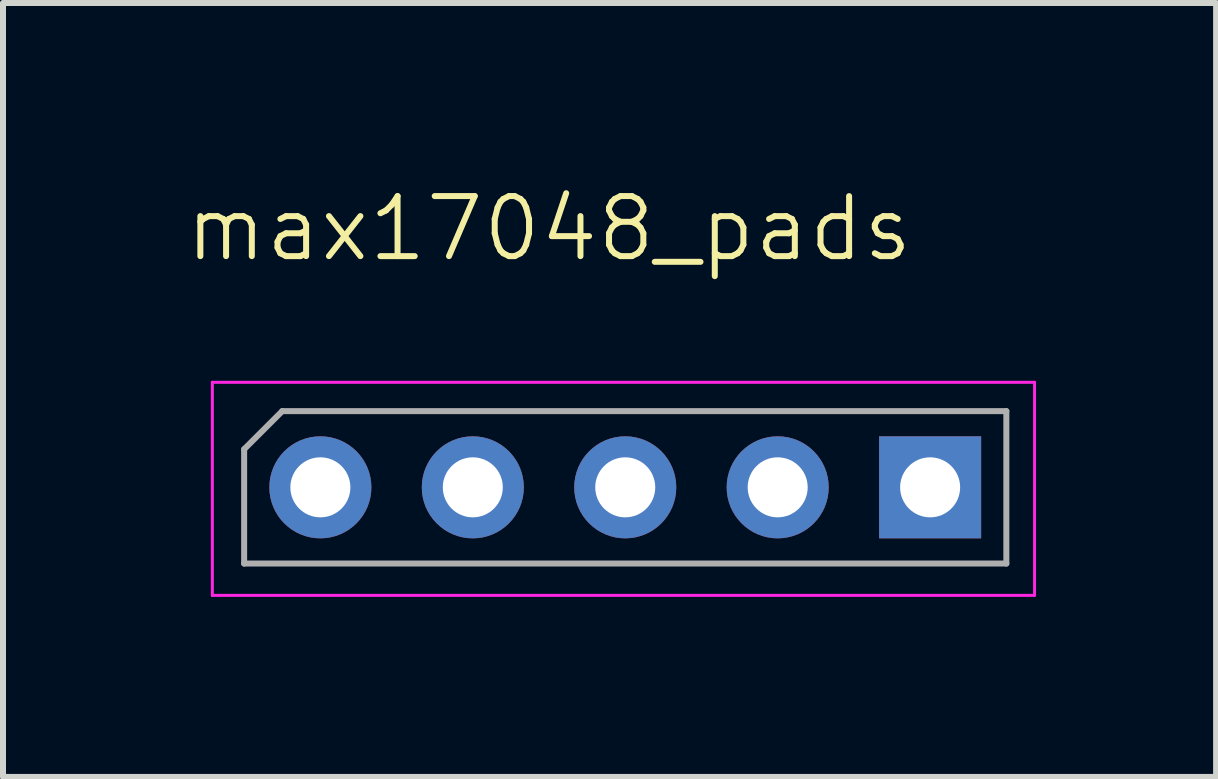
<source format=kicad_pcb>
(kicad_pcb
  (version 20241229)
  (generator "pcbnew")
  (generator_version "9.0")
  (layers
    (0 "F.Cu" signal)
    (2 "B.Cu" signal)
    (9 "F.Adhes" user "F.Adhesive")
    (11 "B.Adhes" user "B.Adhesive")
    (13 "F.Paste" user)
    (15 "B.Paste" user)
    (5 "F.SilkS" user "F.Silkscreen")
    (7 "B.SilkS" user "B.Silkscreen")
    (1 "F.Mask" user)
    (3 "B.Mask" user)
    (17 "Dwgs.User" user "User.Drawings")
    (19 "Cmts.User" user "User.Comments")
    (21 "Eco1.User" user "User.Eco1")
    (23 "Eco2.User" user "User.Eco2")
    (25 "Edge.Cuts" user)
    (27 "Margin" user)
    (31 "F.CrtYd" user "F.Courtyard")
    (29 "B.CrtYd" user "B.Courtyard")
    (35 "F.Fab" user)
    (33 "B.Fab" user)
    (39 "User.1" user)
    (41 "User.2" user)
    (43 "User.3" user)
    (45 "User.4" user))
  (footprint "max17048_pads"
    (layer "F.Cu")
    (at 6.098 1.26)
    (property "Reference" "max17048_pads" (at 0 -0.5 0) (unlocked yes) (layer "F.SilkS") (effects (font (size 1 1) (thickness 0.1))))
    (attr through_hole)
    (fp_line (start -5.61 2.06) (end 8.09 2.06) (stroke (width 0.05) (type solid)) (layer "F.CrtYd"))
    (fp_line (start -5.61 5.61) (end -5.61 2.06) (stroke (width 0.05) (type solid)) (layer "F.CrtYd"))
    (fp_line (start 8.09 2.06) (end 8.09 5.61) (stroke (width 0.05) (type solid)) (layer "F.CrtYd"))
    (fp_line (start 8.09 5.61) (end -5.61 5.61) (stroke (width 0.05) (type solid)) (layer "F.CrtYd"))
    (fp_line (start -5.08 3.175) (end -4.445 2.54) (stroke (width 0.1) (type solid)) (layer "F.Fab"))
    (fp_line (start -5.08 5.08) (end -5.08 3.175) (stroke (width 0.1) (type solid)) (layer "F.Fab"))
    (fp_line (start -4.445 2.54) (end 7.62 2.54) (stroke (width 0.1) (type solid)) (layer "F.Fab"))
    (fp_line (start 7.62 2.54) (end 7.62 5.08) (stroke (width 0.1) (type solid)) (layer "F.Fab"))
    (fp_line (start 7.62 5.08) (end -5.08 5.08) (stroke (width 0.1) (type solid)) (layer "F.Fab"))
    (pad "1" thru_hole oval (at -3.81 3.81 90) (size 1.7 1.7) (drill 1) (layers "*.Cu" "*.Mask"))
    (pad "2" thru_hole oval (at -1.27 3.81 90) (size 1.7 1.7) (drill 1) (layers "*.Cu" "*.Mask"))
    (pad "3" thru_hole oval (at 1.27 3.81 90) (size 1.7 1.7) (drill 1) (layers "*.Cu" "*.Mask"))
    (pad "4" thru_hole oval (at 3.81 3.81 90) (size 1.7 1.7) (drill 1) (layers "*.Cu" "*.Mask"))
    (pad "5" thru_hole rect (at 6.35 3.81 90) (size 1.7 1.7) (drill 1) (layers "*.Cu" "*.Mask")))
  (gr_rect
    (start -3 -3)
    (end 17.213 9.896)
    (stroke (width 0.1) (type default))
    (fill no)
    (layer "Edge.Cuts")))
</source>
